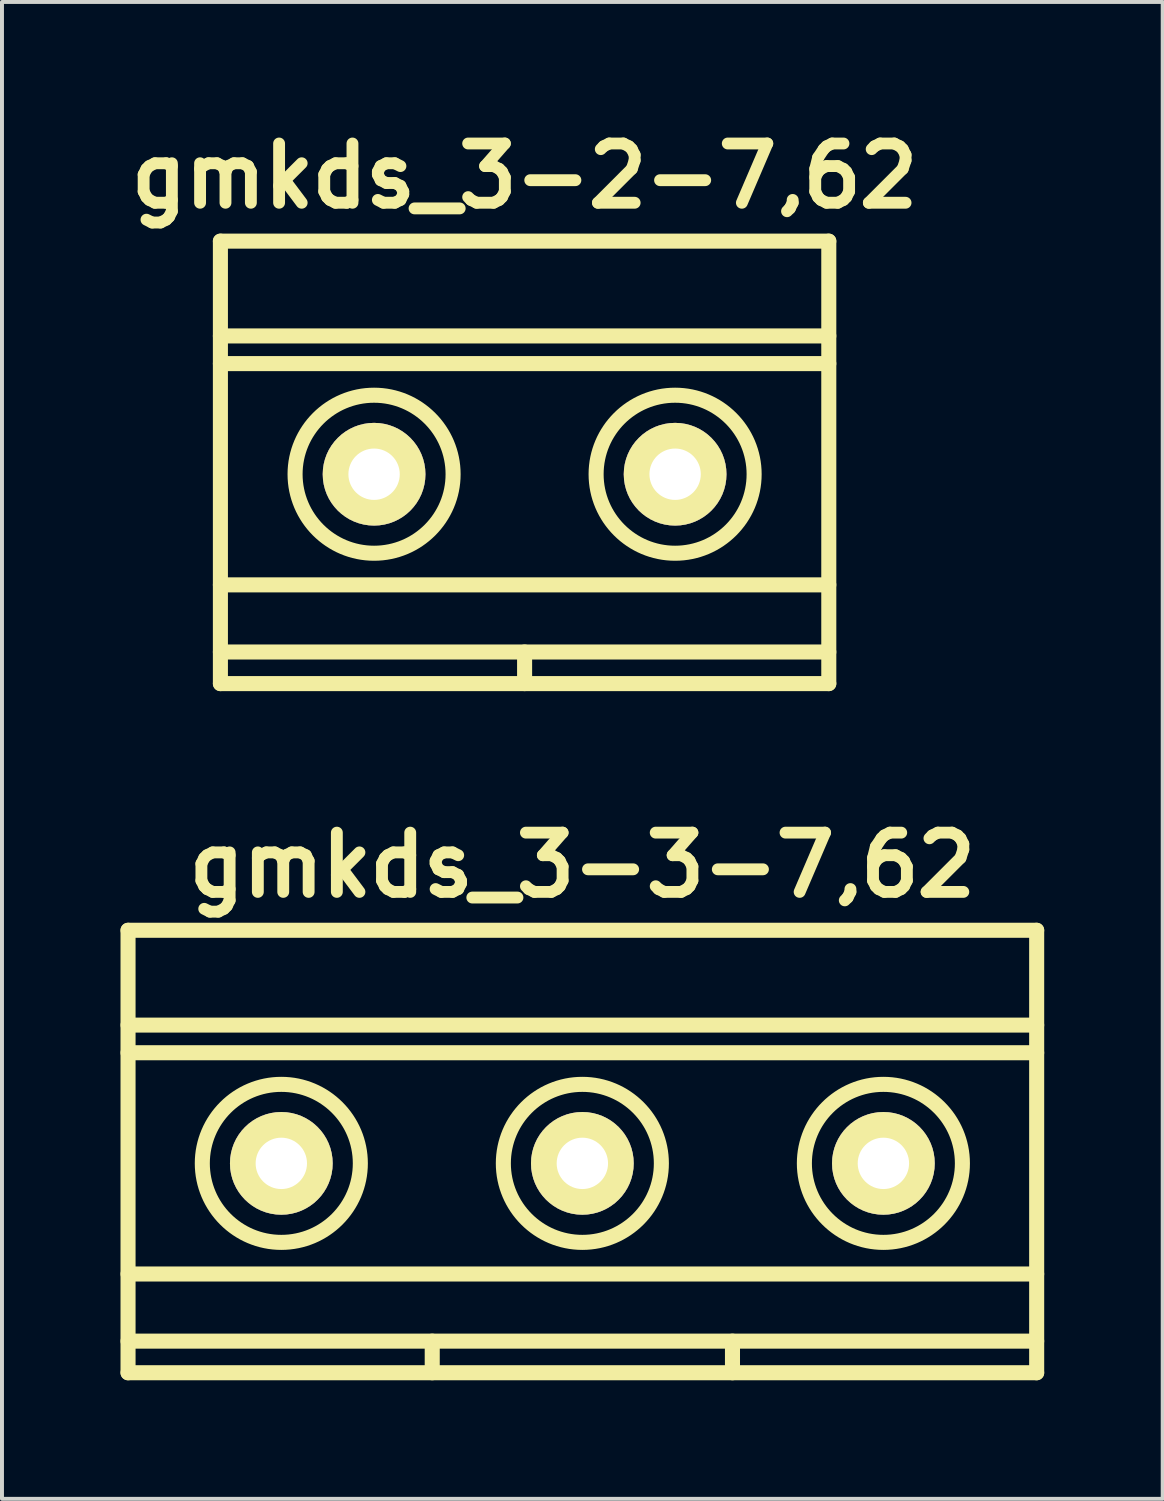
<source format=kicad_pcb>
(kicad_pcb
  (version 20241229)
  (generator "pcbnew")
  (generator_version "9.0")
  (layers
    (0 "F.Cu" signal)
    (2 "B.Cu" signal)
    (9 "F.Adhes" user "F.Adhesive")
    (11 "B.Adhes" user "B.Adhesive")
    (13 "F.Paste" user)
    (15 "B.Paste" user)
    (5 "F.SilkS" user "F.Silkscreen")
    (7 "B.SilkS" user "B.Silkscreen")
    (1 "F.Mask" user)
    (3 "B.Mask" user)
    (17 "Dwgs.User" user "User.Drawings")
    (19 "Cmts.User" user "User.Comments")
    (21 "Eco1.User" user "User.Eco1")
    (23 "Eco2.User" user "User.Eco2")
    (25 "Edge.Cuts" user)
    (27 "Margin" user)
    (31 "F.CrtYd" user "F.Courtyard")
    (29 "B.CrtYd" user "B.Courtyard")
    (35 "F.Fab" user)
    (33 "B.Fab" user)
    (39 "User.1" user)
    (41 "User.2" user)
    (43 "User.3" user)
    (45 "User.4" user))
  (footprint "gmkds_3-2-7,62"
    (layer "F.Cu")
    (at 10.229 8.954)
    (property "Reference" "gmkds_3-2-7,62" (at 0 -7.55 0) (layer "F.SilkS") (effects (font (size 1.5 1.5) (thickness 0.3))))
    (attr through_hole)
    (fp_line (start -7.7 -5.9) (end -7.7 5.3) (stroke (width 0.381) (type solid)) (layer "F.SilkS"))
    (fp_line (start -7.7 -5.9) (end 7.7 -5.9) (stroke (width 0.381) (type solid)) (layer "F.SilkS"))
    (fp_line (start -7.7 -3.5) (end 7.7 -3.5) (stroke (width 0.381) (type solid)) (layer "F.SilkS"))
    (fp_line (start -7.7 -2.8) (end 7.7 -2.8) (stroke (width 0.381) (type solid)) (layer "F.SilkS"))
    (fp_line (start -7.7 2.8) (end 7.7 2.8) (stroke (width 0.381) (type solid)) (layer "F.SilkS"))
    (fp_line (start -7.7 4.5) (end 7.7 4.5) (stroke (width 0.381) (type solid)) (layer "F.SilkS"))
    (fp_line (start -7.7 5.3) (end 7.7 5.3) (stroke (width 0.381) (type solid)) (layer "F.SilkS"))
    (fp_line (start 0 4.5) (end 0 5.3) (stroke (width 0.381) (type solid)) (layer "F.SilkS"))
    (fp_line (start 7.7 -5.9) (end 7.7 5.3) (stroke (width 0.381) (type solid)) (layer "F.SilkS"))
    (fp_circle (center -3.81 0) (end -1.81 0) (stroke (width 0.381) (type solid)) (fill no) (layer "F.SilkS"))
    (fp_circle (center 3.81 0) (end 1.81 0) (stroke (width 0.381) (type solid)) (fill no) (layer "F.SilkS"))
    (pad "1" thru_hole circle (at -3.81 0) (size 2.6 2.6) (drill 1.3) (layers "*.Cu" "*.Mask" "F.SilkS"))
    (pad "2" thru_hole circle (at 3.81 0) (size 2.6 2.6) (drill 1.3) (layers "*.Cu" "*.Mask" "F.SilkS")))
  (footprint "gmkds_3-3-7,62"
    (layer "F.Cu")
    (at 11.691 26.398)
    (property "Reference" "gmkds_3-3-7,62" (at 0 -7.55 0) (layer "F.SilkS") (effects (font (size 1.5 1.5) (thickness 0.3))))
    (attr through_hole)
    (fp_line (start -11.5 -5.9) (end -11.5 5.3) (stroke (width 0.381) (type solid)) (layer "F.SilkS"))
    (fp_line (start -11.5 -5.9) (end 11.5 -5.9) (stroke (width 0.381) (type solid)) (layer "F.SilkS"))
    (fp_line (start -11.5 -3.5) (end 11.5 -3.5) (stroke (width 0.381) (type solid)) (layer "F.SilkS"))
    (fp_line (start -11.5 -2.8) (end 11.5 -2.8) (stroke (width 0.381) (type solid)) (layer "F.SilkS"))
    (fp_line (start -11.5 2.8) (end 11.5 2.8) (stroke (width 0.381) (type solid)) (layer "F.SilkS"))
    (fp_line (start -11.5 4.5) (end 11.5 4.5) (stroke (width 0.381) (type solid)) (layer "F.SilkS"))
    (fp_line (start -11.5 5.3) (end 11.5 5.3) (stroke (width 0.381) (type solid)) (layer "F.SilkS"))
    (fp_line (start -3.8 4.5) (end -3.8 5.3) (stroke (width 0.381) (type solid)) (layer "F.SilkS"))
    (fp_line (start 3.8 4.5) (end 3.8 5.3) (stroke (width 0.381) (type solid)) (layer "F.SilkS"))
    (fp_line (start 11.5 -5.9) (end 11.5 5.3) (stroke (width 0.381) (type solid)) (layer "F.SilkS"))
    (fp_circle (center -7.62 0) (end -5.62 0) (stroke (width 0.381) (type solid)) (fill no) (layer "F.SilkS"))
    (fp_circle (center 0 0) (end 2 0) (stroke (width 0.381) (type solid)) (fill no) (layer "F.SilkS"))
    (fp_circle (center 7.62 0) (end 5.62 0) (stroke (width 0.381) (type solid)) (fill no) (layer "F.SilkS"))
    (pad "1" thru_hole circle (at -7.62 0) (size 2.6 2.6) (drill 1.3) (layers "*.Cu" "*.Mask" "F.SilkS"))
    (pad "2" thru_hole circle (at 0 0) (size 2.6 2.6) (drill 1.3) (layers "*.Cu" "*.Mask" "F.SilkS"))
    (pad "3" thru_hole circle (at 7.62 0) (size 2.6 2.6) (drill 1.3) (layers "*.Cu" "*.Mask" "F.SilkS")))
  (gr_rect
    (start -3 -3)
    (end 26.381 34.889)
    (stroke (width 0.1) (type default))
    (fill no)
    (layer "Edge.Cuts")))
</source>
